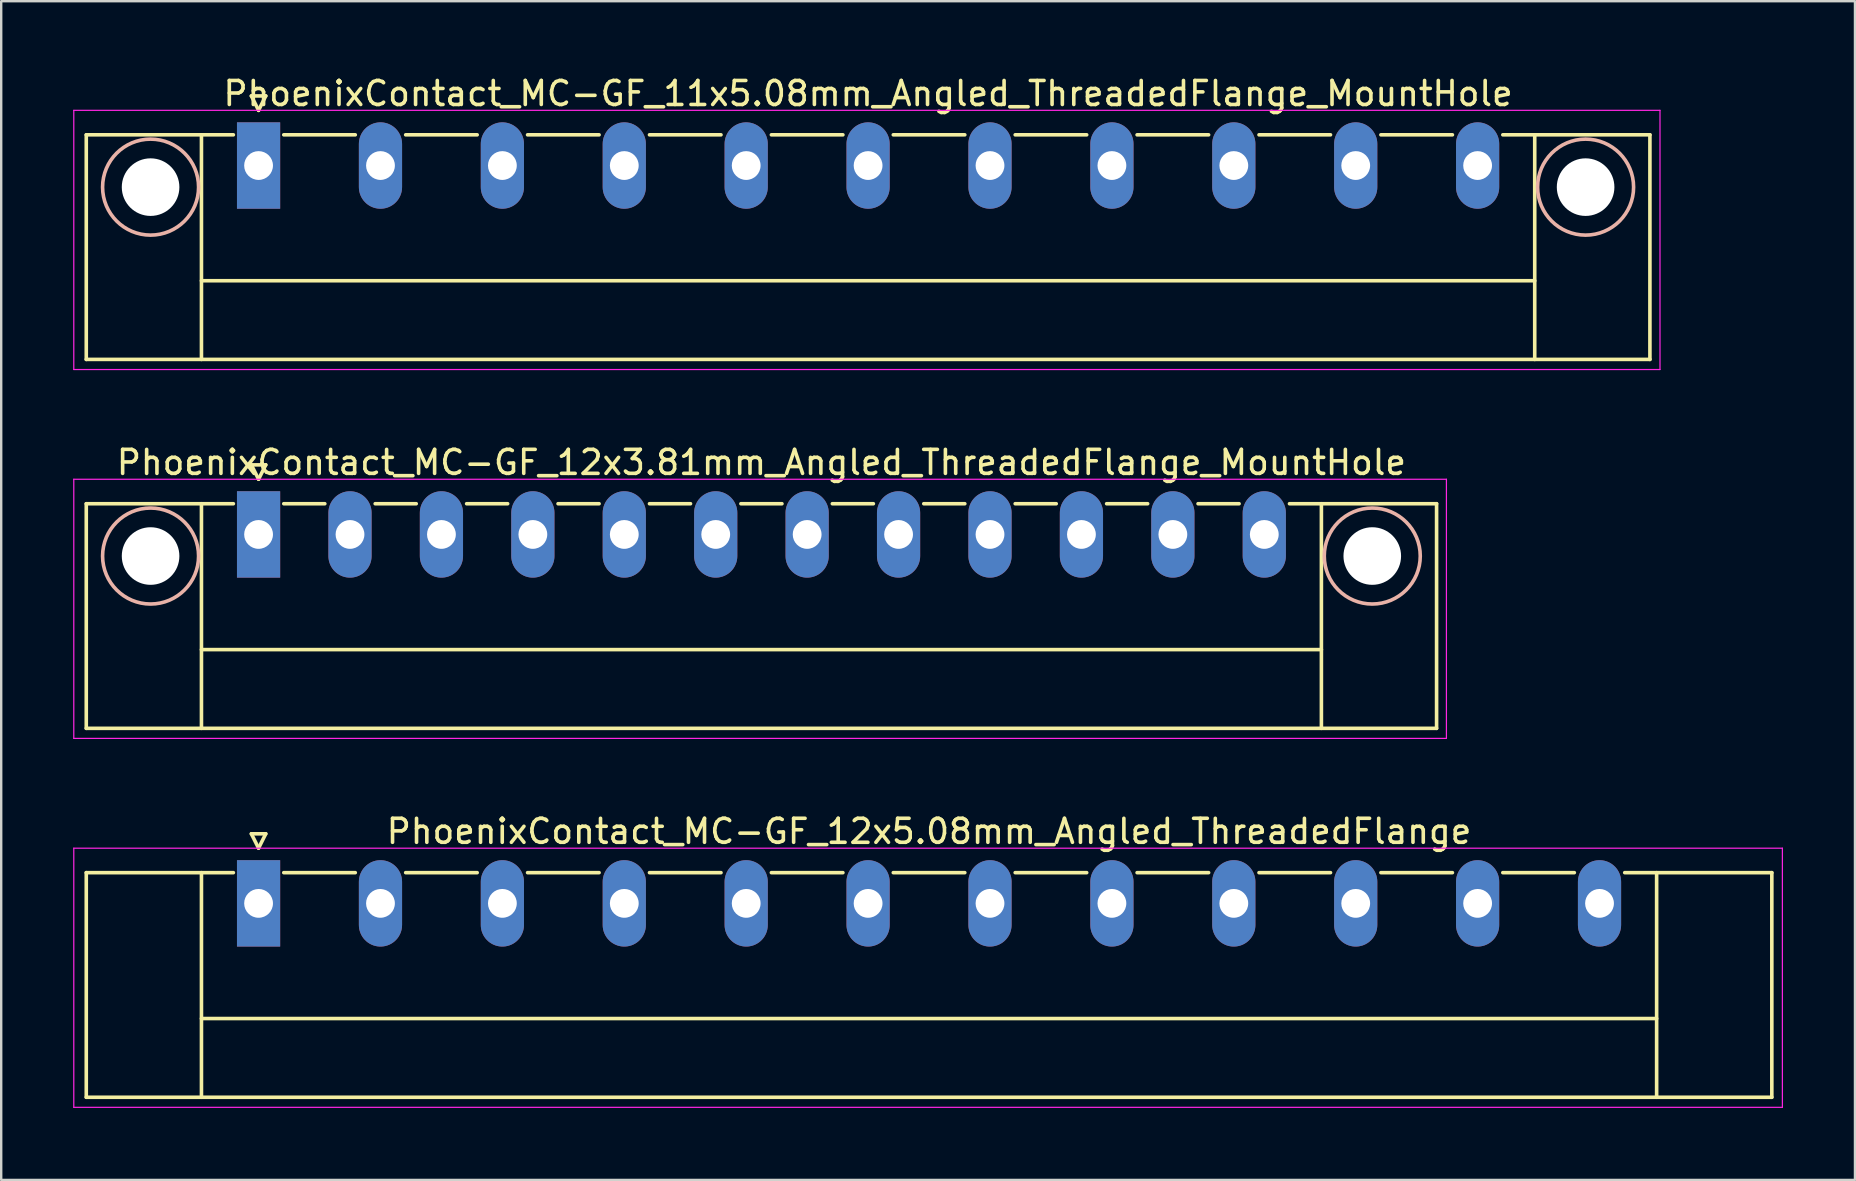
<source format=kicad_pcb>
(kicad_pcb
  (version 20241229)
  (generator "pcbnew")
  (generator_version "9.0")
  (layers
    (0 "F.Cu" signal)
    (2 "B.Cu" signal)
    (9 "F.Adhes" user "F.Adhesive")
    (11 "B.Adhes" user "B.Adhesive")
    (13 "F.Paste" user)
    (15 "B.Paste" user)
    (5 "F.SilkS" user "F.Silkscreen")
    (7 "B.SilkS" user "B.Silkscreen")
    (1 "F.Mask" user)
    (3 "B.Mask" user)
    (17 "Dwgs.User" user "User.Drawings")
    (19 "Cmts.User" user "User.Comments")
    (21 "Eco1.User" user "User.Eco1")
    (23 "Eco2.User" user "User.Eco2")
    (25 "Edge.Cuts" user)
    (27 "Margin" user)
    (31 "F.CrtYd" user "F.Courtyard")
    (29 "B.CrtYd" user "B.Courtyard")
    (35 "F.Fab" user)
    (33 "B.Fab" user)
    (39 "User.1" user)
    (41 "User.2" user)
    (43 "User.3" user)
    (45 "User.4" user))
  (footprint "PhoenixContact_MC-GF_12x3.81mm_Angled_ThreadedFlange_MountHole"
    (layer "F.Cu")
    (at 7.725 19.221)
    (property "Reference" "PhoenixContact_MC-GF_12x3.81mm_Angled_ThreadedFlange_MountHole" (at 20.955 -3 0) (layer "F.SilkS") (effects (font (size 1 1) (thickness 0.15))))
    (attr through_hole)
    (fp_line (start -7.18 -1.28) (end -7.18 8.08) (stroke (width 0.15) (type solid)) (layer "F.SilkS"))
    (fp_line (start -7.18 -1.28) (end -1.05 -1.28) (stroke (width 0.15) (type solid)) (layer "F.SilkS"))
    (fp_line (start -7.18 8.08) (end 49.09 8.08) (stroke (width 0.15) (type solid)) (layer "F.SilkS"))
    (fp_line (start -2.38 -1.28) (end -2.38 8.08) (stroke (width 0.15) (type solid)) (layer "F.SilkS"))
    (fp_line (start -2.38 4.8) (end 44.29 4.8) (stroke (width 0.15) (type solid)) (layer "F.SilkS"))
    (fp_line (start -0.3 -2.9) (end 0 -2.3) (stroke (width 0.15) (type solid)) (layer "F.SilkS"))
    (fp_line (start 0 -2.3) (end 0.3 -2.9) (stroke (width 0.15) (type solid)) (layer "F.SilkS"))
    (fp_line (start 0.3 -2.9) (end -0.3 -2.9) (stroke (width 0.15) (type solid)) (layer "F.SilkS"))
    (fp_line (start 1.05 -1.28) (end 2.76 -1.28) (stroke (width 0.15) (type solid)) (layer "F.SilkS"))
    (fp_line (start 4.86 -1.28) (end 6.57 -1.28) (stroke (width 0.15) (type solid)) (layer "F.SilkS"))
    (fp_line (start 8.67 -1.28) (end 10.38 -1.28) (stroke (width 0.15) (type solid)) (layer "F.SilkS"))
    (fp_line (start 12.48 -1.28) (end 14.19 -1.28) (stroke (width 0.15) (type solid)) (layer "F.SilkS"))
    (fp_line (start 16.29 -1.28) (end 18 -1.28) (stroke (width 0.15) (type solid)) (layer "F.SilkS"))
    (fp_line (start 20.1 -1.28) (end 21.81 -1.28) (stroke (width 0.15) (type solid)) (layer "F.SilkS"))
    (fp_line (start 23.91 -1.28) (end 25.62 -1.28) (stroke (width 0.15) (type solid)) (layer "F.SilkS"))
    (fp_line (start 27.72 -1.28) (end 29.43 -1.28) (stroke (width 0.15) (type solid)) (layer "F.SilkS"))
    (fp_line (start 31.53 -1.28) (end 33.24 -1.28) (stroke (width 0.15) (type solid)) (layer "F.SilkS"))
    (fp_line (start 35.34 -1.28) (end 37.05 -1.28) (stroke (width 0.15) (type solid)) (layer "F.SilkS"))
    (fp_line (start 39.15 -1.28) (end 40.86 -1.28) (stroke (width 0.15) (type solid)) (layer "F.SilkS"))
    (fp_line (start 44.29 -1.28) (end 44.29 8.08) (stroke (width 0.15) (type solid)) (layer "F.SilkS"))
    (fp_line (start 49.09 -1.28) (end 42.96 -1.28) (stroke (width 0.15) (type solid)) (layer "F.SilkS"))
    (fp_line (start 49.09 8.08) (end 49.09 -1.28) (stroke (width 0.15) (type solid)) (layer "F.SilkS"))
    (fp_circle (center -4.5 0.9) (end -2.5 0.9) (stroke (width 0.15) (type solid)) (fill no) (layer "B.SilkS"))
    (fp_circle (center 46.41 0.9) (end 48.41 0.9) (stroke (width 0.15) (type solid)) (fill no) (layer "B.SilkS"))
    (fp_line (start -7.7 -2.3) (end -7.7 8.5) (stroke (width 0.05) (type solid)) (layer "F.CrtYd"))
    (fp_line (start -7.7 8.5) (end 49.5 8.5) (stroke (width 0.05) (type solid)) (layer "F.CrtYd"))
    (fp_line (start 49.5 -2.3) (end -7.7 -2.3) (stroke (width 0.05) (type solid)) (layer "F.CrtYd"))
    (fp_line (start 49.5 8.5) (end 49.5 -2.3) (stroke (width 0.05) (type solid)) (layer "F.CrtYd"))
    (pad "" np_thru_hole circle (at -4.5 0.9) (size 2.4 2.4) (drill 2.4) (layers "*.Cu" "*.Mask"))
    (pad "" np_thru_hole circle (at 46.41 0.9) (size 2.4 2.4) (drill 2.4) (layers "*.Cu" "*.Mask"))
    (pad "1" thru_hole rect (at 0 0) (size 1.8 3.6) (drill 1.2) (layers "*.Cu" "*.Mask"))
    (pad "2" thru_hole oval (at 3.81 0) (size 1.8 3.6) (drill 1.2) (layers "*.Cu" "*.Mask"))
    (pad "3" thru_hole oval (at 7.62 0) (size 1.8 3.6) (drill 1.2) (layers "*.Cu" "*.Mask"))
    (pad "4" thru_hole oval (at 11.43 0) (size 1.8 3.6) (drill 1.2) (layers "*.Cu" "*.Mask"))
    (pad "5" thru_hole oval (at 15.24 0) (size 1.8 3.6) (drill 1.2) (layers "*.Cu" "*.Mask"))
    (pad "6" thru_hole oval (at 19.05 0) (size 1.8 3.6) (drill 1.2) (layers "*.Cu" "*.Mask"))
    (pad "7" thru_hole oval (at 22.86 0) (size 1.8 3.6) (drill 1.2) (layers "*.Cu" "*.Mask"))
    (pad "8" thru_hole oval (at 26.67 0) (size 1.8 3.6) (drill 1.2) (layers "*.Cu" "*.Mask"))
    (pad "9" thru_hole oval (at 30.48 0) (size 1.8 3.6) (drill 1.2) (layers "*.Cu" "*.Mask"))
    (pad "10" thru_hole oval (at 34.29 0) (size 1.8 3.6) (drill 1.2) (layers "*.Cu" "*.Mask"))
    (pad "11" thru_hole oval (at 38.1 0) (size 1.8 3.6) (drill 1.2) (layers "*.Cu" "*.Mask"))
    (pad "12" thru_hole oval (at 41.91 0) (size 1.8 3.6) (drill 1.2) (layers "*.Cu" "*.Mask")))
  (footprint "PhoenixContact_MC-GF_12x5.08mm_Angled_ThreadedFlange"
    (layer "F.Cu")
    (at 7.725 34.595)
    (property "Reference" "PhoenixContact_MC-GF_12x5.08mm_Angled_ThreadedFlange" (at 27.94 -3 0) (layer "F.SilkS") (effects (font (size 1 1) (thickness 0.15))))
    (attr through_hole)
    (fp_line (start -7.18 -1.28) (end -7.18 8.08) (stroke (width 0.15) (type solid)) (layer "F.SilkS"))
    (fp_line (start -7.18 -1.28) (end -1.05 -1.28) (stroke (width 0.15) (type solid)) (layer "F.SilkS"))
    (fp_line (start -7.18 8.08) (end 63.06 8.08) (stroke (width 0.15) (type solid)) (layer "F.SilkS"))
    (fp_line (start -2.38 -1.28) (end -2.38 8.08) (stroke (width 0.15) (type solid)) (layer "F.SilkS"))
    (fp_line (start -2.38 4.8) (end 58.26 4.8) (stroke (width 0.15) (type solid)) (layer "F.SilkS"))
    (fp_line (start -0.3 -2.9) (end 0 -2.3) (stroke (width 0.15) (type solid)) (layer "F.SilkS"))
    (fp_line (start 0 -2.3) (end 0.3 -2.9) (stroke (width 0.15) (type solid)) (layer "F.SilkS"))
    (fp_line (start 0.3 -2.9) (end -0.3 -2.9) (stroke (width 0.15) (type solid)) (layer "F.SilkS"))
    (fp_line (start 1.05 -1.28) (end 4.03 -1.28) (stroke (width 0.15) (type solid)) (layer "F.SilkS"))
    (fp_line (start 6.13 -1.28) (end 9.11 -1.28) (stroke (width 0.15) (type solid)) (layer "F.SilkS"))
    (fp_line (start 11.21 -1.28) (end 14.19 -1.28) (stroke (width 0.15) (type solid)) (layer "F.SilkS"))
    (fp_line (start 16.29 -1.28) (end 19.27 -1.28) (stroke (width 0.15) (type solid)) (layer "F.SilkS"))
    (fp_line (start 21.37 -1.28) (end 24.35 -1.28) (stroke (width 0.15) (type solid)) (layer "F.SilkS"))
    (fp_line (start 26.45 -1.28) (end 29.43 -1.28) (stroke (width 0.15) (type solid)) (layer "F.SilkS"))
    (fp_line (start 31.53 -1.28) (end 34.51 -1.28) (stroke (width 0.15) (type solid)) (layer "F.SilkS"))
    (fp_line (start 36.61 -1.28) (end 39.59 -1.28) (stroke (width 0.15) (type solid)) (layer "F.SilkS"))
    (fp_line (start 41.69 -1.28) (end 44.67 -1.28) (stroke (width 0.15) (type solid)) (layer "F.SilkS"))
    (fp_line (start 46.77 -1.28) (end 49.75 -1.28) (stroke (width 0.15) (type solid)) (layer "F.SilkS"))
    (fp_line (start 51.85 -1.28) (end 54.83 -1.28) (stroke (width 0.15) (type solid)) (layer "F.SilkS"))
    (fp_line (start 58.26 -1.28) (end 58.26 8.08) (stroke (width 0.15) (type solid)) (layer "F.SilkS"))
    (fp_line (start 63.06 -1.28) (end 56.93 -1.28) (stroke (width 0.15) (type solid)) (layer "F.SilkS"))
    (fp_line (start 63.06 8.08) (end 63.06 -1.28) (stroke (width 0.15) (type solid)) (layer "F.SilkS"))
    (fp_line (start -7.7 -2.3) (end -7.7 8.5) (stroke (width 0.05) (type solid)) (layer "F.CrtYd"))
    (fp_line (start -7.7 8.5) (end 63.5 8.5) (stroke (width 0.05) (type solid)) (layer "F.CrtYd"))
    (fp_line (start 63.5 -2.3) (end -7.7 -2.3) (stroke (width 0.05) (type solid)) (layer "F.CrtYd"))
    (fp_line (start 63.5 8.5) (end 63.5 -2.3) (stroke (width 0.05) (type solid)) (layer "F.CrtYd"))
    (pad "1" thru_hole rect (at 0 0) (size 1.8 3.6) (drill 1.2) (layers "*.Cu" "*.Mask"))
    (pad "2" thru_hole oval (at 5.08 0) (size 1.8 3.6) (drill 1.2) (layers "*.Cu" "*.Mask"))
    (pad "3" thru_hole oval (at 10.16 0) (size 1.8 3.6) (drill 1.2) (layers "*.Cu" "*.Mask"))
    (pad "4" thru_hole oval (at 15.24 0) (size 1.8 3.6) (drill 1.2) (layers "*.Cu" "*.Mask"))
    (pad "5" thru_hole oval (at 20.32 0) (size 1.8 3.6) (drill 1.2) (layers "*.Cu" "*.Mask"))
    (pad "6" thru_hole oval (at 25.4 0) (size 1.8 3.6) (drill 1.2) (layers "*.Cu" "*.Mask"))
    (pad "7" thru_hole oval (at 30.48 0) (size 1.8 3.6) (drill 1.2) (layers "*.Cu" "*.Mask"))
    (pad "8" thru_hole oval (at 35.56 0) (size 1.8 3.6) (drill 1.2) (layers "*.Cu" "*.Mask"))
    (pad "9" thru_hole oval (at 40.64 0) (size 1.8 3.6) (drill 1.2) (layers "*.Cu" "*.Mask"))
    (pad "10" thru_hole oval (at 45.72 0) (size 1.8 3.6) (drill 1.2) (layers "*.Cu" "*.Mask"))
    (pad "11" thru_hole oval (at 50.8 0) (size 1.8 3.6) (drill 1.2) (layers "*.Cu" "*.Mask"))
    (pad "12" thru_hole oval (at 55.88 0) (size 1.8 3.6) (drill 1.2) (layers "*.Cu" "*.Mask")))
  (footprint "PhoenixContact_MC-GF_11x5.08mm_Angled_ThreadedFlange_MountHole"
    (layer "F.Cu")
    (at 7.725 3.848)
    (property "Reference" "PhoenixContact_MC-GF_11x5.08mm_Angled_ThreadedFlange_MountHole" (at 25.4 -3 0) (layer "F.SilkS") (effects (font (size 1 1) (thickness 0.15))))
    (attr through_hole)
    (fp_line (start -7.18 -1.28) (end -7.18 8.08) (stroke (width 0.15) (type solid)) (layer "F.SilkS"))
    (fp_line (start -7.18 -1.28) (end -1.05 -1.28) (stroke (width 0.15) (type solid)) (layer "F.SilkS"))
    (fp_line (start -7.18 8.08) (end 57.98 8.08) (stroke (width 0.15) (type solid)) (layer "F.SilkS"))
    (fp_line (start -2.38 -1.28) (end -2.38 8.08) (stroke (width 0.15) (type solid)) (layer "F.SilkS"))
    (fp_line (start -2.38 4.8) (end 53.18 4.8) (stroke (width 0.15) (type solid)) (layer "F.SilkS"))
    (fp_line (start -0.3 -2.9) (end 0 -2.3) (stroke (width 0.15) (type solid)) (layer "F.SilkS"))
    (fp_line (start 0 -2.3) (end 0.3 -2.9) (stroke (width 0.15) (type solid)) (layer "F.SilkS"))
    (fp_line (start 0.3 -2.9) (end -0.3 -2.9) (stroke (width 0.15) (type solid)) (layer "F.SilkS"))
    (fp_line (start 1.05 -1.28) (end 4.03 -1.28) (stroke (width 0.15) (type solid)) (layer "F.SilkS"))
    (fp_line (start 6.13 -1.28) (end 9.11 -1.28) (stroke (width 0.15) (type solid)) (layer "F.SilkS"))
    (fp_line (start 11.21 -1.28) (end 14.19 -1.28) (stroke (width 0.15) (type solid)) (layer "F.SilkS"))
    (fp_line (start 16.29 -1.28) (end 19.27 -1.28) (stroke (width 0.15) (type solid)) (layer "F.SilkS"))
    (fp_line (start 21.37 -1.28) (end 24.35 -1.28) (stroke (width 0.15) (type solid)) (layer "F.SilkS"))
    (fp_line (start 26.45 -1.28) (end 29.43 -1.28) (stroke (width 0.15) (type solid)) (layer "F.SilkS"))
    (fp_line (start 31.53 -1.28) (end 34.51 -1.28) (stroke (width 0.15) (type solid)) (layer "F.SilkS"))
    (fp_line (start 36.61 -1.28) (end 39.59 -1.28) (stroke (width 0.15) (type solid)) (layer "F.SilkS"))
    (fp_line (start 41.69 -1.28) (end 44.67 -1.28) (stroke (width 0.15) (type solid)) (layer "F.SilkS"))
    (fp_line (start 46.77 -1.28) (end 49.75 -1.28) (stroke (width 0.15) (type solid)) (layer "F.SilkS"))
    (fp_line (start 53.18 -1.28) (end 53.18 8.08) (stroke (width 0.15) (type solid)) (layer "F.SilkS"))
    (fp_line (start 57.98 -1.28) (end 51.85 -1.28) (stroke (width 0.15) (type solid)) (layer "F.SilkS"))
    (fp_line (start 57.98 8.08) (end 57.98 -1.28) (stroke (width 0.15) (type solid)) (layer "F.SilkS"))
    (fp_circle (center -4.5 0.9) (end -2.5 0.9) (stroke (width 0.15) (type solid)) (fill no) (layer "B.SilkS"))
    (fp_circle (center 55.3 0.9) (end 57.3 0.9) (stroke (width 0.15) (type solid)) (fill no) (layer "B.SilkS"))
    (fp_line (start -7.7 -2.3) (end -7.7 8.5) (stroke (width 0.05) (type solid)) (layer "F.CrtYd"))
    (fp_line (start -7.7 8.5) (end 58.4 8.5) (stroke (width 0.05) (type solid)) (layer "F.CrtYd"))
    (fp_line (start 58.4 -2.3) (end -7.7 -2.3) (stroke (width 0.05) (type solid)) (layer "F.CrtYd"))
    (fp_line (start 58.4 8.5) (end 58.4 -2.3) (stroke (width 0.05) (type solid)) (layer "F.CrtYd"))
    (pad "" np_thru_hole circle (at -4.5 0.9) (size 2.4 2.4) (drill 2.4) (layers "*.Cu" "*.Mask"))
    (pad "" np_thru_hole circle (at 55.3 0.9) (size 2.4 2.4) (drill 2.4) (layers "*.Cu" "*.Mask"))
    (pad "1" thru_hole rect (at 0 0) (size 1.8 3.6) (drill 1.2) (layers "*.Cu" "*.Mask"))
    (pad "2" thru_hole oval (at 5.08 0) (size 1.8 3.6) (drill 1.2) (layers "*.Cu" "*.Mask"))
    (pad "3" thru_hole oval (at 10.16 0) (size 1.8 3.6) (drill 1.2) (layers "*.Cu" "*.Mask"))
    (pad "4" thru_hole oval (at 15.24 0) (size 1.8 3.6) (drill 1.2) (layers "*.Cu" "*.Mask"))
    (pad "5" thru_hole oval (at 20.32 0) (size 1.8 3.6) (drill 1.2) (layers "*.Cu" "*.Mask"))
    (pad "6" thru_hole oval (at 25.4 0) (size 1.8 3.6) (drill 1.2) (layers "*.Cu" "*.Mask"))
    (pad "7" thru_hole oval (at 30.48 0) (size 1.8 3.6) (drill 1.2) (layers "*.Cu" "*.Mask"))
    (pad "8" thru_hole oval (at 35.56 0) (size 1.8 3.6) (drill 1.2) (layers "*.Cu" "*.Mask"))
    (pad "9" thru_hole oval (at 40.64 0) (size 1.8 3.6) (drill 1.2) (layers "*.Cu" "*.Mask"))
    (pad "10" thru_hole oval (at 45.72 0) (size 1.8 3.6) (drill 1.2) (layers "*.Cu" "*.Mask"))
    (pad "11" thru_hole oval (at 50.8 0) (size 1.8 3.6) (drill 1.2) (layers "*.Cu" "*.Mask")))
  (gr_rect
    (start -3 -3)
    (end 74.25 46.12)
    (stroke (width 0.1) (type default))
    (fill no)
    (layer "Edge.Cuts")))
</source>
